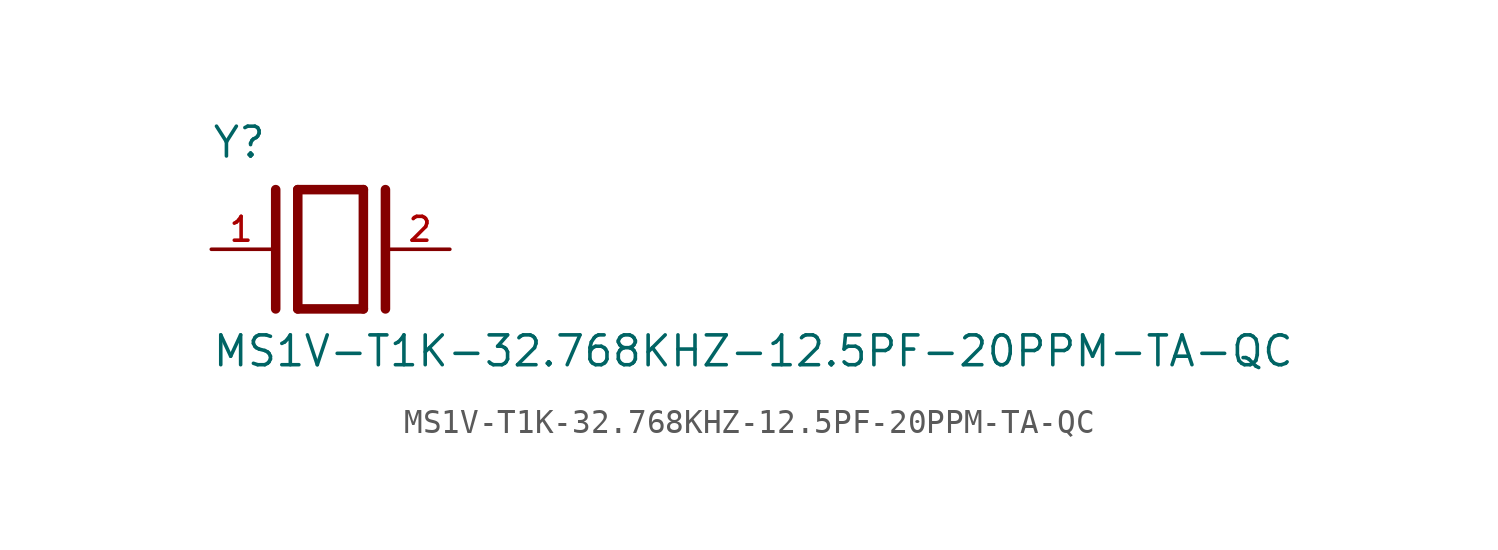
<source format=kicad_sym>
(kicad_symbol_lib
  (version 20211014)
  (generator kicad_symbol_editor)
  (symbol "MS1V-T1K-32.768KHZ-12.5PF-20PPM-TA-QC"
    (pin_names
      (offset 1.016))
    (property "Reference" "Y"
      (at -5.08 3.81 0)
      (effects (font (size 1.27 1.27)) (justify bottom left)))
    (property "Value" "MS1V-T1K-32.768KHZ-12.5PF-20PPM-TA-QC"
      (at -5.08 -5.08 0)
      (effects (font (size 1.27 1.27)) (justify bottom left)))
    (symbol "MS1V-T1K-32.768KHZ-12.5PF-20PPM-TA-QC_0_0"
      (polyline (pts (xy -1.397 2.54) (xy 1.397 2.54)) (stroke (width 0.406)))
      (polyline (pts (xy 1.397 2.54) (xy 1.397 -2.54)) (stroke (width 0.406)))
      (polyline (pts (xy 1.397 -2.54) (xy -1.397 -2.54)) (stroke (width 0.406)))
      (polyline (pts (xy -1.397 2.54) (xy -1.397 -2.54)) (stroke (width 0.406)))
      (polyline (pts (xy 2.337 2.54) (xy 2.337 -2.54)) (stroke (width 0.406)))
      (polyline (pts (xy -2.337 2.54) (xy -2.337 -2.54)) (stroke (width 0.406)))
      (pin passive line (at 5.08 0.0 180.0) (length 2.54) (name "~" (effects (font (size 1.016 1.016)))) (number "2" (effects (font (size 1.016 1.016)))))
      (pin passive line (at -5.08 0.0 0) (length 2.54) (name "~" (effects (font (size 1.016 1.016)))) (number "1" (effects (font (size 1.016 1.016))))))))
</source>
